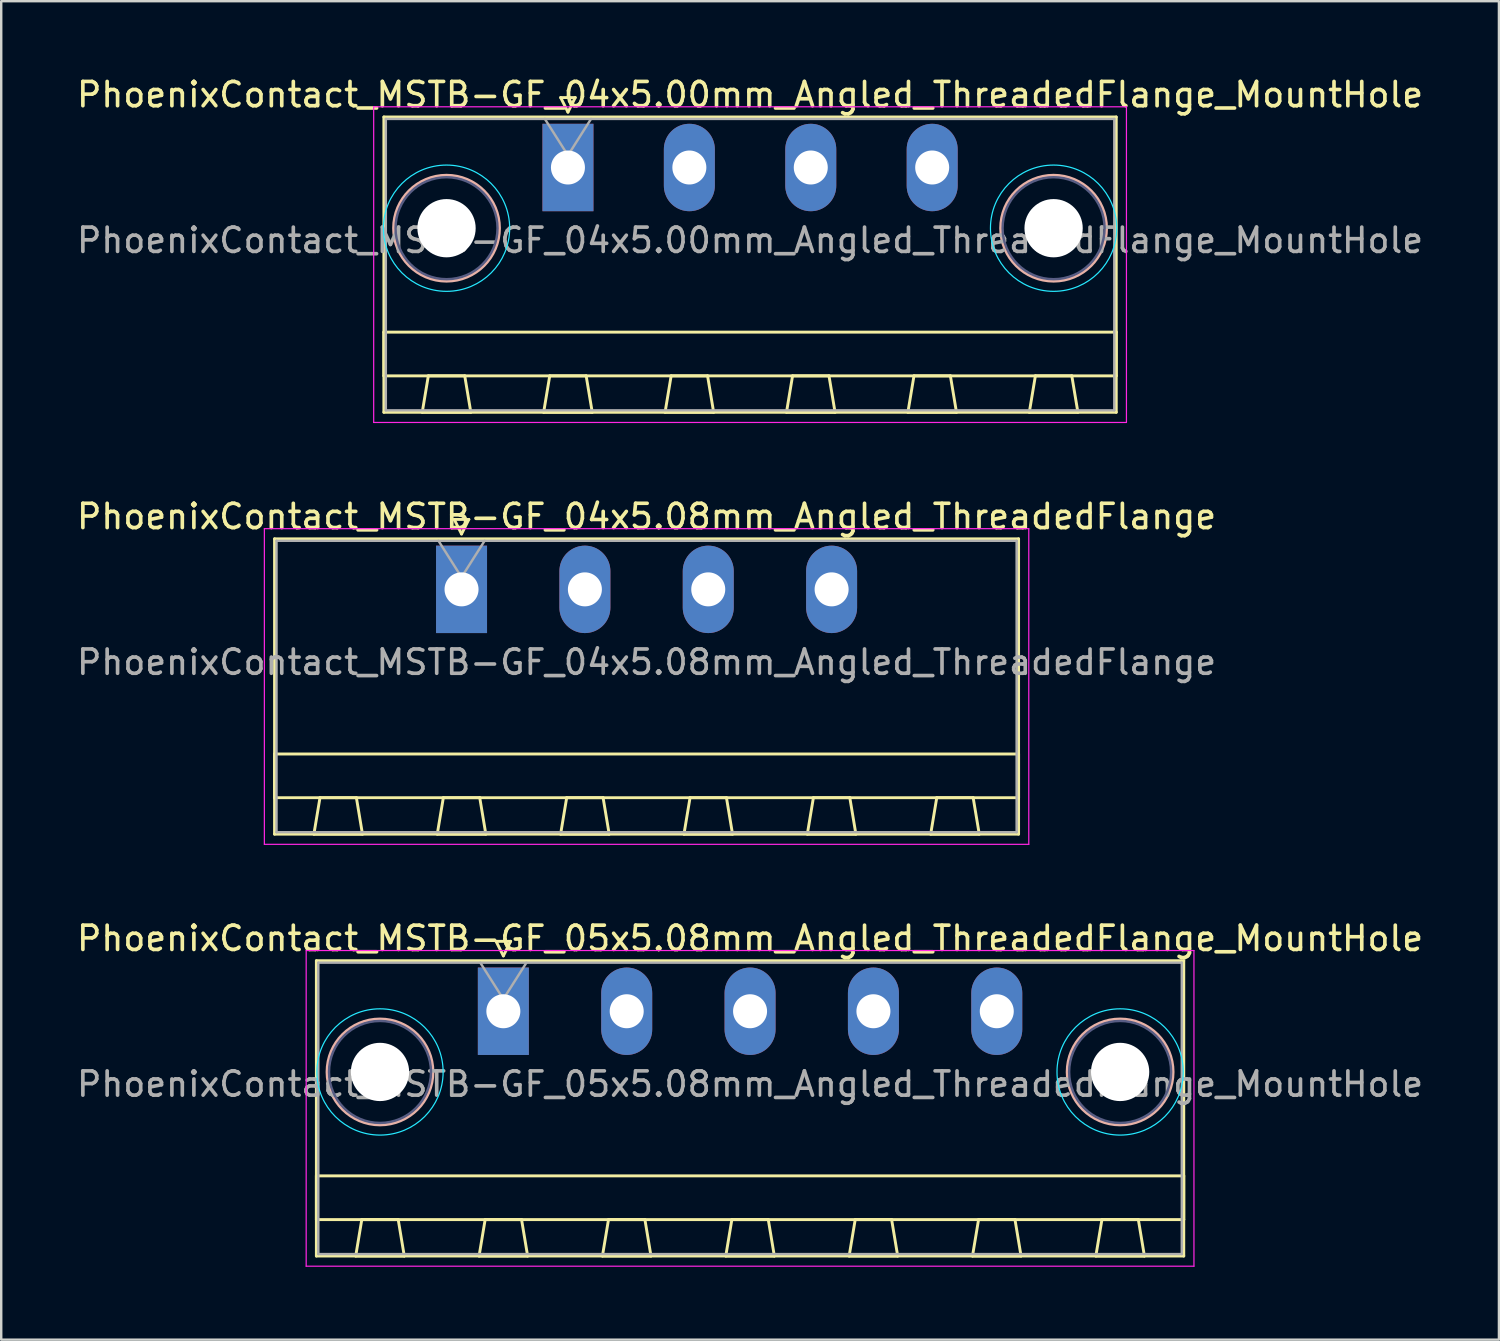
<source format=kicad_pcb>
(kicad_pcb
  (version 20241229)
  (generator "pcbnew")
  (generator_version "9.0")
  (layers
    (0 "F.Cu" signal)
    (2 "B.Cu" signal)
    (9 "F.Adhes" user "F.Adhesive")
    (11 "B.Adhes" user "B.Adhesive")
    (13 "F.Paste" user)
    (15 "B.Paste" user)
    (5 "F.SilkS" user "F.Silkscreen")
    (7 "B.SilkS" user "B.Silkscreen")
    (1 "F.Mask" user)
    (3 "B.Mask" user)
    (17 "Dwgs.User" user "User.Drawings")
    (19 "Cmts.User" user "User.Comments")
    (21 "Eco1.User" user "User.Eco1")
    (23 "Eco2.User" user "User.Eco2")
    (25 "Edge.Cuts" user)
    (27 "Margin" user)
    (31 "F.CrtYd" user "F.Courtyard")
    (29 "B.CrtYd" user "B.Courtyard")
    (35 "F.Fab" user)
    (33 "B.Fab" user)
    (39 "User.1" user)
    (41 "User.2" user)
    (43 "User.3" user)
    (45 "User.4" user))
  (footprint "PhoenixContact_MSTB-GF_04x5.08mm_Angled_ThreadedFlange"
    (layer "F.Cu")
    (at 15.957 21.221)
    (property "Reference" "PhoenixContact_MSTB-GF_04x5.08mm_Angled_ThreadedFlange" (at 7.62 -3 0) (layer "F.SilkS") (effects (font (size 1 1) (thickness 0.15))))
    (attr through_hole)
    (fp_line (start -7.7 -2.08) (end -7.7 10.08) (stroke (width 0.12) (type solid)) (layer "F.SilkS"))
    (fp_line (start -7.7 6.78) (end 22.94 6.78) (stroke (width 0.12) (type solid)) (layer "F.SilkS"))
    (fp_line (start -7.7 8.58) (end -7.7 6.78) (stroke (width 0.12) (type solid)) (layer "F.SilkS"))
    (fp_line (start -7.7 10.08) (end 22.94 10.08) (stroke (width 0.12) (type solid)) (layer "F.SilkS"))
    (fp_line (start -6.08 10.08) (end -4.08 10.08) (stroke (width 0.12) (type solid)) (layer "F.SilkS"))
    (fp_line (start -5.83 8.58) (end -6.08 10.08) (stroke (width 0.12) (type solid)) (layer "F.SilkS"))
    (fp_line (start -4.33 8.58) (end -5.83 8.58) (stroke (width 0.12) (type solid)) (layer "F.SilkS"))
    (fp_line (start -4.08 10.08) (end -4.33 8.58) (stroke (width 0.12) (type solid)) (layer "F.SilkS"))
    (fp_line (start -1 10.08) (end 1 10.08) (stroke (width 0.12) (type solid)) (layer "F.SilkS"))
    (fp_line (start -0.75 8.58) (end -1 10.08) (stroke (width 0.12) (type solid)) (layer "F.SilkS"))
    (fp_line (start -0.3 -2.88) (end 0.3 -2.88) (stroke (width 0.12) (type solid)) (layer "F.SilkS"))
    (fp_line (start 0 -2.28) (end -0.3 -2.88) (stroke (width 0.12) (type solid)) (layer "F.SilkS"))
    (fp_line (start 0.3 -2.88) (end 0 -2.28) (stroke (width 0.12) (type solid)) (layer "F.SilkS"))
    (fp_line (start 0.75 8.58) (end -0.75 8.58) (stroke (width 0.12) (type solid)) (layer "F.SilkS"))
    (fp_line (start 1 10.08) (end 0.75 8.58) (stroke (width 0.12) (type solid)) (layer "F.SilkS"))
    (fp_line (start 4.08 10.08) (end 6.08 10.08) (stroke (width 0.12) (type solid)) (layer "F.SilkS"))
    (fp_line (start 4.33 8.58) (end 4.08 10.08) (stroke (width 0.12) (type solid)) (layer "F.SilkS"))
    (fp_line (start 5.83 8.58) (end 4.33 8.58) (stroke (width 0.12) (type solid)) (layer "F.SilkS"))
    (fp_line (start 6.08 10.08) (end 5.83 8.58) (stroke (width 0.12) (type solid)) (layer "F.SilkS"))
    (fp_line (start 9.16 10.08) (end 11.16 10.08) (stroke (width 0.12) (type solid)) (layer "F.SilkS"))
    (fp_line (start 9.41 8.58) (end 9.16 10.08) (stroke (width 0.12) (type solid)) (layer "F.SilkS"))
    (fp_line (start 10.91 8.58) (end 9.41 8.58) (stroke (width 0.12) (type solid)) (layer "F.SilkS"))
    (fp_line (start 11.16 10.08) (end 10.91 8.58) (stroke (width 0.12) (type solid)) (layer "F.SilkS"))
    (fp_line (start 14.24 10.08) (end 16.24 10.08) (stroke (width 0.12) (type solid)) (layer "F.SilkS"))
    (fp_line (start 14.49 8.58) (end 14.24 10.08) (stroke (width 0.12) (type solid)) (layer "F.SilkS"))
    (fp_line (start 15.99 8.58) (end 14.49 8.58) (stroke (width 0.12) (type solid)) (layer "F.SilkS"))
    (fp_line (start 16.24 10.08) (end 15.99 8.58) (stroke (width 0.12) (type solid)) (layer "F.SilkS"))
    (fp_line (start 19.32 10.08) (end 21.32 10.08) (stroke (width 0.12) (type solid)) (layer "F.SilkS"))
    (fp_line (start 19.57 8.58) (end 19.32 10.08) (stroke (width 0.12) (type solid)) (layer "F.SilkS"))
    (fp_line (start 21.07 8.58) (end 19.57 8.58) (stroke (width 0.12) (type solid)) (layer "F.SilkS"))
    (fp_line (start 21.32 10.08) (end 21.07 8.58) (stroke (width 0.12) (type solid)) (layer "F.SilkS"))
    (fp_line (start 22.94 -2.08) (end -7.7 -2.08) (stroke (width 0.12) (type solid)) (layer "F.SilkS"))
    (fp_line (start 22.94 6.78) (end 22.94 8.58) (stroke (width 0.12) (type solid)) (layer "F.SilkS"))
    (fp_line (start 22.94 8.58) (end -7.7 8.58) (stroke (width 0.12) (type solid)) (layer "F.SilkS"))
    (fp_line (start 22.94 10.08) (end 22.94 -2.08) (stroke (width 0.12) (type solid)) (layer "F.SilkS"))
    (fp_line (start -8.12 -2.5) (end -8.12 10.5) (stroke (width 0.05) (type solid)) (layer "F.CrtYd"))
    (fp_line (start -8.12 10.5) (end 23.36 10.5) (stroke (width 0.05) (type solid)) (layer "F.CrtYd"))
    (fp_line (start 23.36 -2.5) (end -8.12 -2.5) (stroke (width 0.05) (type solid)) (layer "F.CrtYd"))
    (fp_line (start 23.36 10.5) (end 23.36 -2.5) (stroke (width 0.05) (type solid)) (layer "F.CrtYd"))
    (fp_line (start -7.62 -2) (end -7.62 10) (stroke (width 0.1) (type solid)) (layer "F.Fab"))
    (fp_line (start -7.62 10) (end 22.86 10) (stroke (width 0.1) (type solid)) (layer "F.Fab"))
    (fp_line (start 0 -0.5) (end -0.95 -2) (stroke (width 0.1) (type solid)) (layer "F.Fab"))
    (fp_line (start 0.95 -2) (end 0 -0.5) (stroke (width 0.1) (type solid)) (layer "F.Fab"))
    (fp_line (start 22.86 -2) (end -7.62 -2) (stroke (width 0.1) (type solid)) (layer "F.Fab"))
    (fp_line (start 22.86 10) (end 22.86 -2) (stroke (width 0.1) (type solid)) (layer "F.Fab"))
    (fp_text user "${REFERENCE}" (at 7.62 3 0) (layer "F.Fab") (effects (font (size 1 1) (thickness 0.15))))
    (pad "1" thru_hole rect (at 0 0) (size 2.1 3.6) (drill 1.4) (layers "*.Cu" "*.Mask"))
    (pad "2" thru_hole oval (at 5.08 0) (size 2.1 3.6) (drill 1.4) (layers "*.Cu" "*.Mask"))
    (pad "3" thru_hole oval (at 10.16 0) (size 2.1 3.6) (drill 1.4) (layers "*.Cu" "*.Mask"))
    (pad "4" thru_hole oval (at 15.24 0) (size 2.1 3.6) (drill 1.4) (layers "*.Cu" "*.Mask")))
  (footprint "PhoenixContact_MSTB-GF_04x5.00mm_Angled_ThreadedFlange_MountHole"
    (layer "F.Cu")
    (at 20.339 3.848)
    (property "Reference" "PhoenixContact_MSTB-GF_04x5.00mm_Angled_ThreadedFlange_MountHole" (at 7.5 -3 0) (layer "F.SilkS") (effects (font (size 1 1) (thickness 0.15))))
    (attr through_hole)
    (fp_line (start -7.58 -2.08) (end -7.58 10.08) (stroke (width 0.12) (type solid)) (layer "F.SilkS"))
    (fp_line (start -7.58 6.78) (end 22.58 6.78) (stroke (width 0.12) (type solid)) (layer "F.SilkS"))
    (fp_line (start -7.58 8.58) (end -7.58 6.78) (stroke (width 0.12) (type solid)) (layer "F.SilkS"))
    (fp_line (start -7.58 10.08) (end 22.58 10.08) (stroke (width 0.12) (type solid)) (layer "F.SilkS"))
    (fp_line (start -6 10.08) (end -4 10.08) (stroke (width 0.12) (type solid)) (layer "F.SilkS"))
    (fp_line (start -5.75 8.58) (end -6 10.08) (stroke (width 0.12) (type solid)) (layer "F.SilkS"))
    (fp_line (start -4.25 8.58) (end -5.75 8.58) (stroke (width 0.12) (type solid)) (layer "F.SilkS"))
    (fp_line (start -4 10.08) (end -4.25 8.58) (stroke (width 0.12) (type solid)) (layer "F.SilkS"))
    (fp_line (start -1 10.08) (end 1 10.08) (stroke (width 0.12) (type solid)) (layer "F.SilkS"))
    (fp_line (start -0.75 8.58) (end -1 10.08) (stroke (width 0.12) (type solid)) (layer "F.SilkS"))
    (fp_line (start -0.3 -2.88) (end 0.3 -2.88) (stroke (width 0.12) (type solid)) (layer "F.SilkS"))
    (fp_line (start 0 -2.28) (end -0.3 -2.88) (stroke (width 0.12) (type solid)) (layer "F.SilkS"))
    (fp_line (start 0.3 -2.88) (end 0 -2.28) (stroke (width 0.12) (type solid)) (layer "F.SilkS"))
    (fp_line (start 0.75 8.58) (end -0.75 8.58) (stroke (width 0.12) (type solid)) (layer "F.SilkS"))
    (fp_line (start 1 10.08) (end 0.75 8.58) (stroke (width 0.12) (type solid)) (layer "F.SilkS"))
    (fp_line (start 4 10.08) (end 6 10.08) (stroke (width 0.12) (type solid)) (layer "F.SilkS"))
    (fp_line (start 4.25 8.58) (end 4 10.08) (stroke (width 0.12) (type solid)) (layer "F.SilkS"))
    (fp_line (start 5.75 8.58) (end 4.25 8.58) (stroke (width 0.12) (type solid)) (layer "F.SilkS"))
    (fp_line (start 6 10.08) (end 5.75 8.58) (stroke (width 0.12) (type solid)) (layer "F.SilkS"))
    (fp_line (start 9 10.08) (end 11 10.08) (stroke (width 0.12) (type solid)) (layer "F.SilkS"))
    (fp_line (start 9.25 8.58) (end 9 10.08) (stroke (width 0.12) (type solid)) (layer "F.SilkS"))
    (fp_line (start 10.75 8.58) (end 9.25 8.58) (stroke (width 0.12) (type solid)) (layer "F.SilkS"))
    (fp_line (start 11 10.08) (end 10.75 8.58) (stroke (width 0.12) (type solid)) (layer "F.SilkS"))
    (fp_line (start 14 10.08) (end 16 10.08) (stroke (width 0.12) (type solid)) (layer "F.SilkS"))
    (fp_line (start 14.25 8.58) (end 14 10.08) (stroke (width 0.12) (type solid)) (layer "F.SilkS"))
    (fp_line (start 15.75 8.58) (end 14.25 8.58) (stroke (width 0.12) (type solid)) (layer "F.SilkS"))
    (fp_line (start 16 10.08) (end 15.75 8.58) (stroke (width 0.12) (type solid)) (layer "F.SilkS"))
    (fp_line (start 19 10.08) (end 21 10.08) (stroke (width 0.12) (type solid)) (layer "F.SilkS"))
    (fp_line (start 19.25 8.58) (end 19 10.08) (stroke (width 0.12) (type solid)) (layer "F.SilkS"))
    (fp_line (start 20.75 8.58) (end 19.25 8.58) (stroke (width 0.12) (type solid)) (layer "F.SilkS"))
    (fp_line (start 21 10.08) (end 20.75 8.58) (stroke (width 0.12) (type solid)) (layer "F.SilkS"))
    (fp_line (start 22.58 -2.08) (end -7.58 -2.08) (stroke (width 0.12) (type solid)) (layer "F.SilkS"))
    (fp_line (start 22.58 6.78) (end 22.58 8.58) (stroke (width 0.12) (type solid)) (layer "F.SilkS"))
    (fp_line (start 22.58 8.58) (end -7.58 8.58) (stroke (width 0.12) (type solid)) (layer "F.SilkS"))
    (fp_line (start 22.58 10.08) (end 22.58 -2.08) (stroke (width 0.12) (type solid)) (layer "F.SilkS"))
    (fp_circle (center -5 2.5) (end -2.82 2.5) (stroke (width 0.12) (type solid)) (fill no) (layer "B.SilkS"))
    (fp_circle (center 20 2.5) (end 22.18 2.5) (stroke (width 0.12) (type solid)) (fill no) (layer "B.SilkS"))
    (fp_circle (center -5 2.5) (end -2.4 2.5) (stroke (width 0.05) (type solid)) (fill no) (layer "B.CrtYd"))
    (fp_circle (center 20 2.5) (end 22.6 2.5) (stroke (width 0.05) (type solid)) (fill no) (layer "B.CrtYd"))
    (fp_line (start -8 -2.5) (end -8 10.5) (stroke (width 0.05) (type solid)) (layer "F.CrtYd"))
    (fp_line (start -8 10.5) (end 23 10.5) (stroke (width 0.05) (type solid)) (layer "F.CrtYd"))
    (fp_line (start 23 -2.5) (end -8 -2.5) (stroke (width 0.05) (type solid)) (layer "F.CrtYd"))
    (fp_line (start 23 10.5) (end 23 -2.5) (stroke (width 0.05) (type solid)) (layer "F.CrtYd"))
    (fp_circle (center -5 2.5) (end -2.9 2.5) (stroke (width 0.1) (type solid)) (fill no) (layer "B.Fab"))
    (fp_circle (center 20 2.5) (end 22.1 2.5) (stroke (width 0.1) (type solid)) (fill no) (layer "B.Fab"))
    (fp_line (start -7.5 -2) (end -7.5 10) (stroke (width 0.1) (type solid)) (layer "F.Fab"))
    (fp_line (start -7.5 10) (end 22.5 10) (stroke (width 0.1) (type solid)) (layer "F.Fab"))
    (fp_line (start 0 -0.5) (end -0.95 -2) (stroke (width 0.1) (type solid)) (layer "F.Fab"))
    (fp_line (start 0.95 -2) (end 0 -0.5) (stroke (width 0.1) (type solid)) (layer "F.Fab"))
    (fp_line (start 22.5 -2) (end -7.5 -2) (stroke (width 0.1) (type solid)) (layer "F.Fab"))
    (fp_line (start 22.5 10) (end 22.5 -2) (stroke (width 0.1) (type solid)) (layer "F.Fab"))
    (fp_text user "${REFERENCE}" (at 7.5 3 0) (layer "F.Fab") (effects (font (size 1 1) (thickness 0.15))))
    (pad "" np_thru_hole circle (at -5 2.5) (size 2.4 2.4) (drill 2.4) (layers "*.Cu" "*.Mask"))
    (pad "" np_thru_hole circle (at 20 2.5) (size 2.4 2.4) (drill 2.4) (layers "*.Cu" "*.Mask"))
    (pad "1" thru_hole rect (at 0 0) (size 2.1 3.6) (drill 1.4) (layers "*.Cu" "*.Mask"))
    (pad "2" thru_hole oval (at 5 0) (size 2.1 3.6) (drill 1.4) (layers "*.Cu" "*.Mask"))
    (pad "3" thru_hole oval (at 10 0) (size 2.1 3.6) (drill 1.4) (layers "*.Cu" "*.Mask"))
    (pad "4" thru_hole oval (at 15 0) (size 2.1 3.6) (drill 1.4) (layers "*.Cu" "*.Mask")))
  (footprint "PhoenixContact_MSTB-GF_05x5.08mm_Angled_ThreadedFlange_MountHole"
    (layer "F.Cu")
    (at 17.679 38.595)
    (property "Reference" "PhoenixContact_MSTB-GF_05x5.08mm_Angled_ThreadedFlange_MountHole" (at 10.16 -3 0) (layer "F.SilkS") (effects (font (size 1 1) (thickness 0.15))))
    (attr through_hole)
    (fp_line (start -7.7 -2.08) (end -7.7 10.08) (stroke (width 0.12) (type solid)) (layer "F.SilkS"))
    (fp_line (start -7.7 6.78) (end 28.02 6.78) (stroke (width 0.12) (type solid)) (layer "F.SilkS"))
    (fp_line (start -7.7 8.58) (end -7.7 6.78) (stroke (width 0.12) (type solid)) (layer "F.SilkS"))
    (fp_line (start -7.7 10.08) (end 28.02 10.08) (stroke (width 0.12) (type solid)) (layer "F.SilkS"))
    (fp_line (start -6.08 10.08) (end -4.08 10.08) (stroke (width 0.12) (type solid)) (layer "F.SilkS"))
    (fp_line (start -5.83 8.58) (end -6.08 10.08) (stroke (width 0.12) (type solid)) (layer "F.SilkS"))
    (fp_line (start -4.33 8.58) (end -5.83 8.58) (stroke (width 0.12) (type solid)) (layer "F.SilkS"))
    (fp_line (start -4.08 10.08) (end -4.33 8.58) (stroke (width 0.12) (type solid)) (layer "F.SilkS"))
    (fp_line (start -1 10.08) (end 1 10.08) (stroke (width 0.12) (type solid)) (layer "F.SilkS"))
    (fp_line (start -0.75 8.58) (end -1 10.08) (stroke (width 0.12) (type solid)) (layer "F.SilkS"))
    (fp_line (start -0.3 -2.88) (end 0.3 -2.88) (stroke (width 0.12) (type solid)) (layer "F.SilkS"))
    (fp_line (start 0 -2.28) (end -0.3 -2.88) (stroke (width 0.12) (type solid)) (layer "F.SilkS"))
    (fp_line (start 0.3 -2.88) (end 0 -2.28) (stroke (width 0.12) (type solid)) (layer "F.SilkS"))
    (fp_line (start 0.75 8.58) (end -0.75 8.58) (stroke (width 0.12) (type solid)) (layer "F.SilkS"))
    (fp_line (start 1 10.08) (end 0.75 8.58) (stroke (width 0.12) (type solid)) (layer "F.SilkS"))
    (fp_line (start 4.08 10.08) (end 6.08 10.08) (stroke (width 0.12) (type solid)) (layer "F.SilkS"))
    (fp_line (start 4.33 8.58) (end 4.08 10.08) (stroke (width 0.12) (type solid)) (layer "F.SilkS"))
    (fp_line (start 5.83 8.58) (end 4.33 8.58) (stroke (width 0.12) (type solid)) (layer "F.SilkS"))
    (fp_line (start 6.08 10.08) (end 5.83 8.58) (stroke (width 0.12) (type solid)) (layer "F.SilkS"))
    (fp_line (start 9.16 10.08) (end 11.16 10.08) (stroke (width 0.12) (type solid)) (layer "F.SilkS"))
    (fp_line (start 9.41 8.58) (end 9.16 10.08) (stroke (width 0.12) (type solid)) (layer "F.SilkS"))
    (fp_line (start 10.91 8.58) (end 9.41 8.58) (stroke (width 0.12) (type solid)) (layer "F.SilkS"))
    (fp_line (start 11.16 10.08) (end 10.91 8.58) (stroke (width 0.12) (type solid)) (layer "F.SilkS"))
    (fp_line (start 14.24 10.08) (end 16.24 10.08) (stroke (width 0.12) (type solid)) (layer "F.SilkS"))
    (fp_line (start 14.49 8.58) (end 14.24 10.08) (stroke (width 0.12) (type solid)) (layer "F.SilkS"))
    (fp_line (start 15.99 8.58) (end 14.49 8.58) (stroke (width 0.12) (type solid)) (layer "F.SilkS"))
    (fp_line (start 16.24 10.08) (end 15.99 8.58) (stroke (width 0.12) (type solid)) (layer "F.SilkS"))
    (fp_line (start 19.32 10.08) (end 21.32 10.08) (stroke (width 0.12) (type solid)) (layer "F.SilkS"))
    (fp_line (start 19.57 8.58) (end 19.32 10.08) (stroke (width 0.12) (type solid)) (layer "F.SilkS"))
    (fp_line (start 21.07 8.58) (end 19.57 8.58) (stroke (width 0.12) (type solid)) (layer "F.SilkS"))
    (fp_line (start 21.32 10.08) (end 21.07 8.58) (stroke (width 0.12) (type solid)) (layer "F.SilkS"))
    (fp_line (start 24.4 10.08) (end 26.4 10.08) (stroke (width 0.12) (type solid)) (layer "F.SilkS"))
    (fp_line (start 24.65 8.58) (end 24.4 10.08) (stroke (width 0.12) (type solid)) (layer "F.SilkS"))
    (fp_line (start 26.15 8.58) (end 24.65 8.58) (stroke (width 0.12) (type solid)) (layer "F.SilkS"))
    (fp_line (start 26.4 10.08) (end 26.15 8.58) (stroke (width 0.12) (type solid)) (layer "F.SilkS"))
    (fp_line (start 28.02 -2.08) (end -7.7 -2.08) (stroke (width 0.12) (type solid)) (layer "F.SilkS"))
    (fp_line (start 28.02 6.78) (end 28.02 8.58) (stroke (width 0.12) (type solid)) (layer "F.SilkS"))
    (fp_line (start 28.02 8.58) (end -7.7 8.58) (stroke (width 0.12) (type solid)) (layer "F.SilkS"))
    (fp_line (start 28.02 10.08) (end 28.02 -2.08) (stroke (width 0.12) (type solid)) (layer "F.SilkS"))
    (fp_circle (center -5.08 2.5) (end -2.9 2.5) (stroke (width 0.12) (type solid)) (fill no) (layer "B.SilkS"))
    (fp_circle (center 25.4 2.5) (end 27.58 2.5) (stroke (width 0.12) (type solid)) (fill no) (layer "B.SilkS"))
    (fp_circle (center -5.08 2.5) (end -2.48 2.5) (stroke (width 0.05) (type solid)) (fill no) (layer "B.CrtYd"))
    (fp_circle (center 25.4 2.5) (end 28 2.5) (stroke (width 0.05) (type solid)) (fill no) (layer "B.CrtYd"))
    (fp_line (start -8.12 -2.5) (end -8.12 10.5) (stroke (width 0.05) (type solid)) (layer "F.CrtYd"))
    (fp_line (start -8.12 10.5) (end 28.44 10.5) (stroke (width 0.05) (type solid)) (layer "F.CrtYd"))
    (fp_line (start 28.44 -2.5) (end -8.12 -2.5) (stroke (width 0.05) (type solid)) (layer "F.CrtYd"))
    (fp_line (start 28.44 10.5) (end 28.44 -2.5) (stroke (width 0.05) (type solid)) (layer "F.CrtYd"))
    (fp_circle (center -5.08 2.5) (end -2.98 2.5) (stroke (width 0.1) (type solid)) (fill no) (layer "B.Fab"))
    (fp_circle (center 25.4 2.5) (end 27.5 2.5) (stroke (width 0.1) (type solid)) (fill no) (layer "B.Fab"))
    (fp_line (start -7.62 -2) (end -7.62 10) (stroke (width 0.1) (type solid)) (layer "F.Fab"))
    (fp_line (start -7.62 10) (end 27.94 10) (stroke (width 0.1) (type solid)) (layer "F.Fab"))
    (fp_line (start 0 -0.5) (end -0.95 -2) (stroke (width 0.1) (type solid)) (layer "F.Fab"))
    (fp_line (start 0.95 -2) (end 0 -0.5) (stroke (width 0.1) (type solid)) (layer "F.Fab"))
    (fp_line (start 27.94 -2) (end -7.62 -2) (stroke (width 0.1) (type solid)) (layer "F.Fab"))
    (fp_line (start 27.94 10) (end 27.94 -2) (stroke (width 0.1) (type solid)) (layer "F.Fab"))
    (fp_text user "${REFERENCE}" (at 10.16 3 0) (layer "F.Fab") (effects (font (size 1 1) (thickness 0.15))))
    (pad "" np_thru_hole circle (at -5.08 2.5) (size 2.4 2.4) (drill 2.4) (layers "*.Cu" "*.Mask"))
    (pad "" np_thru_hole circle (at 25.4 2.5) (size 2.4 2.4) (drill 2.4) (layers "*.Cu" "*.Mask"))
    (pad "1" thru_hole rect (at 0 0) (size 2.1 3.6) (drill 1.4) (layers "*.Cu" "*.Mask"))
    (pad "2" thru_hole oval (at 5.08 0) (size 2.1 3.6) (drill 1.4) (layers "*.Cu" "*.Mask"))
    (pad "3" thru_hole oval (at 10.16 0) (size 2.1 3.6) (drill 1.4) (layers "*.Cu" "*.Mask"))
    (pad "4" thru_hole oval (at 15.24 0) (size 2.1 3.6) (drill 1.4) (layers "*.Cu" "*.Mask"))
    (pad "5" thru_hole oval (at 20.32 0) (size 2.1 3.6) (drill 1.4) (layers "*.Cu" "*.Mask")))
  (gr_rect
    (start -3 -3)
    (end 58.679 52.12)
    (stroke (width 0.1) (type default))
    (fill no)
    (layer "Edge.Cuts")))
</source>
